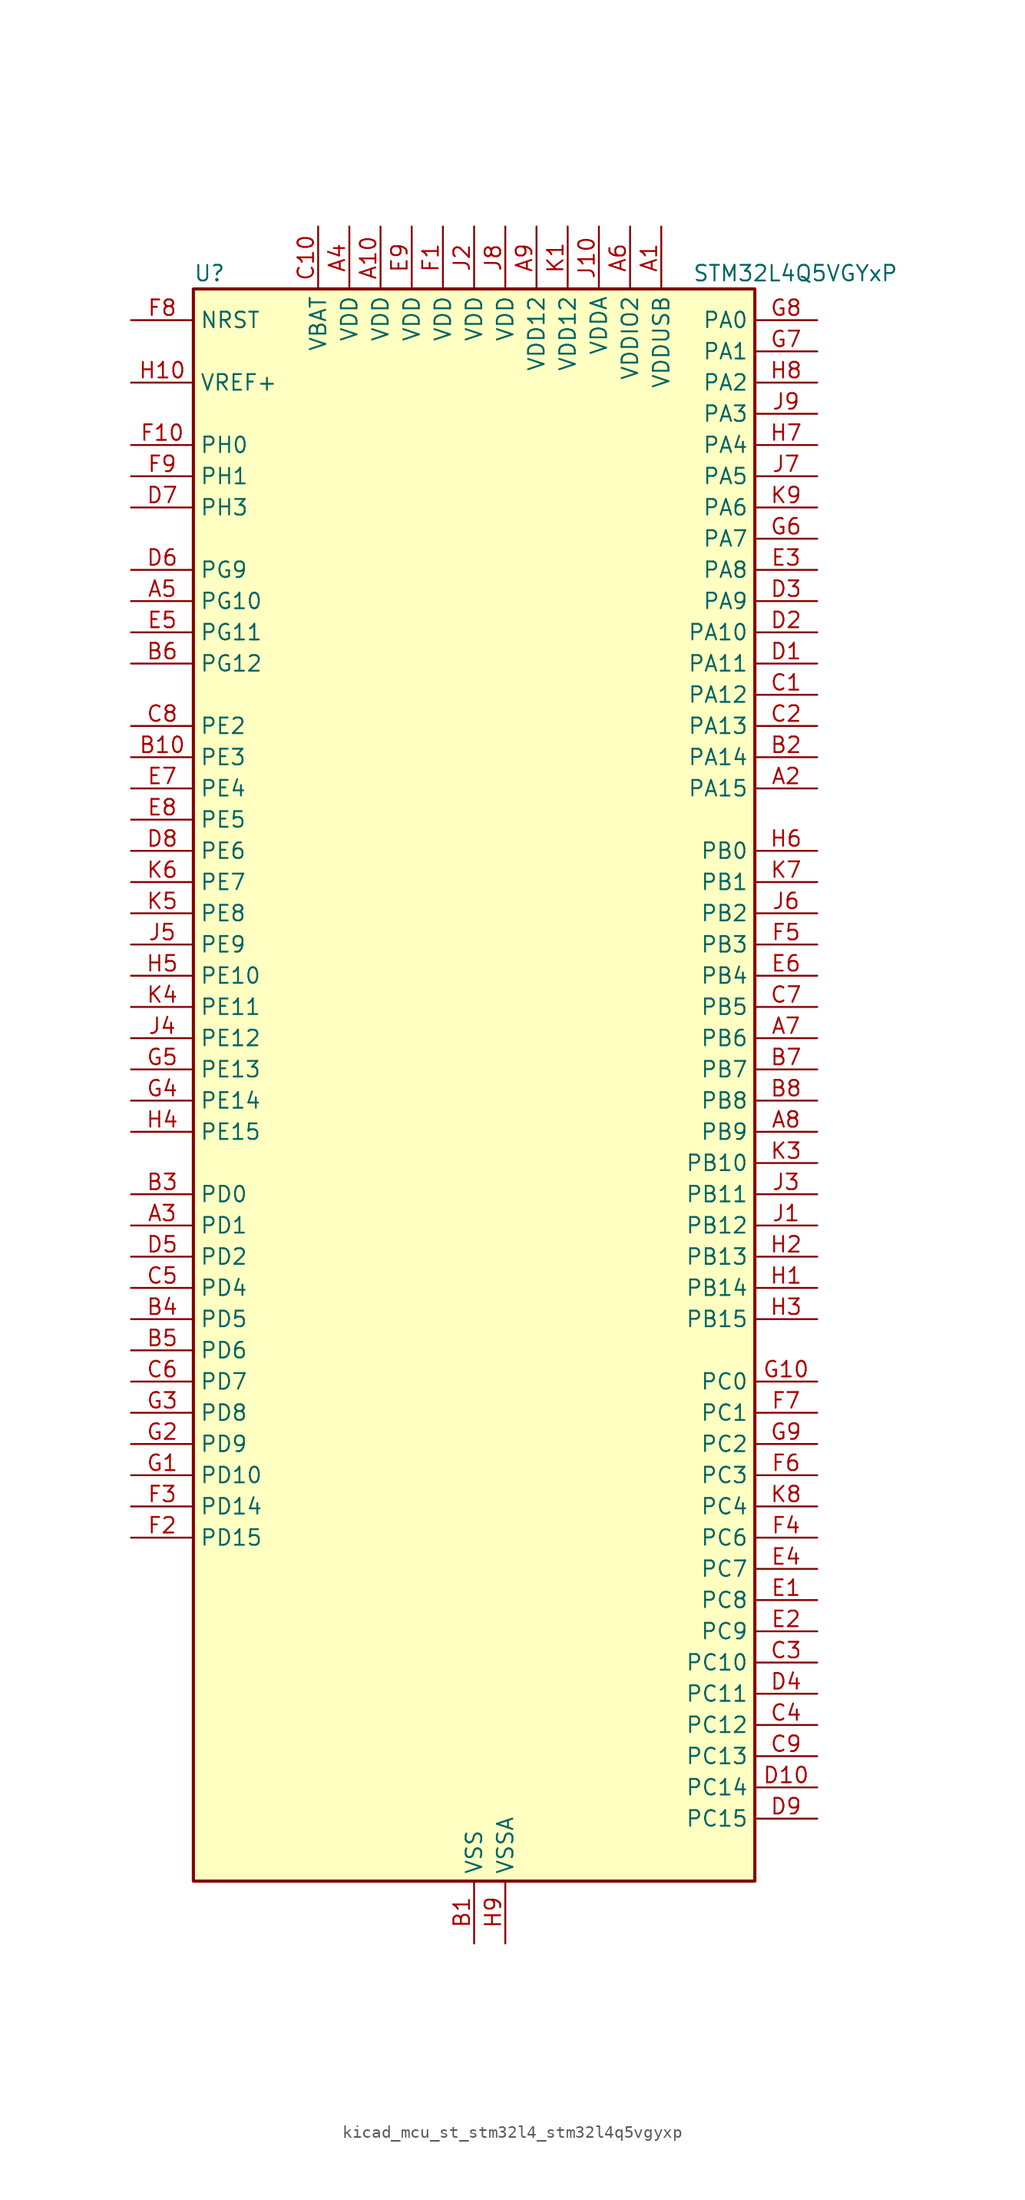
<source format=kicad_sym>
(kicad_symbol_lib
  (version 20220914)
  (generator kicad_symbol_editor)
  (symbol "kicad_mcu_st_stm32l4_stm32l4q5vgyxp"
    (property "Reference" "U"
      (at -22.86 67.31 0)
      (effects (font (size 1.27 1.27)) (justify left)))
    (property "Value" "STM32L4Q5VGYxP"
      (at 17.78 67.31 0)
      (effects (font (size 1.27 1.27)) (justify left)))
    (property "ki_locked" ""
      (at 0 0 0)
      (effects (font (size 1.27 1.27))))
    (symbol "kicad_mcu_st_stm32l4_stm32l4q5vgyxp_0_1"
      (rectangle (start -22.86 -63.5) (end 22.86 66.04) (stroke (width 0.254) (type default)) (fill (type background))))
    (symbol "kicad_mcu_st_stm32l4_stm32l4q5vgyxp_1_1"
      (pin power_in line (at 15.24 71.12 270) (length 5.08) (name "VDDUSB" (effects (font (size 1.27 1.27)))) (number "A1" (effects (font (size 1.27 1.27)))))
      (pin power_in line (at -7.62 71.12 270) (length 5.08) (name "VDD" (effects (font (size 1.27 1.27)))) (number "A10" (effects (font (size 1.27 1.27)))))
      (pin bidirectional line (at 27.94 25.4 180) (length 5.08) (name "PA15" (effects (font (size 1.27 1.27)))) (number "A2" (effects (font (size 1.27 1.27)))) (alternate "ADC1_EXTI15" bidirectional line) (alternate "ADC2_EXTI15" bidirectional line) (alternate "LTDC_HSYNC" bidirectional line) (alternate "SAI2_FS_B" bidirectional line) (alternate "SPI1_NSS" bidirectional line) (alternate "SPI3_NSS" bidirectional line) (alternate "SYS_JTDI" bidirectional line) (alternate "TIM2_CH1" bidirectional line) (alternate "TIM2_ETR" bidirectional line) (alternate "TSC_G3_IO1" bidirectional line) (alternate "UART4_DE" bidirectional line) (alternate "UART4_RTS" bidirectional line) (alternate "USART2_RX" bidirectional line) (alternate "USART3_DE" bidirectional line) (alternate "USART3_RTS" bidirectional line))
      (pin bidirectional line (at -27.94 -10.16 0) (length 5.08) (name "PD1" (effects (font (size 1.27 1.27)))) (number "A3" (effects (font (size 1.27 1.27)))) (alternate "CAN1_TX" bidirectional line) (alternate "FMC_D3" bidirectional line) (alternate "FMC_DA3" bidirectional line) (alternate "LTDC_B5" bidirectional line) (alternate "SPI2_SCK" bidirectional line))
      (pin power_in line (at -10.16 71.12 270) (length 5.08) (name "VDD" (effects (font (size 1.27 1.27)))) (number "A4" (effects (font (size 1.27 1.27)))))
      (pin bidirectional line (at -27.94 40.64 0) (length 5.08) (name "PG10" (effects (font (size 1.27 1.27)))) (number "A5" (effects (font (size 1.27 1.27)))) (alternate "FMC_NE3" bidirectional line) (alternate "LPTIM1_IN1" bidirectional line) (alternate "OCTOSPIM_P2_IO7" bidirectional line) (alternate "SAI2_FS_A" bidirectional line) (alternate "SDMMC2_D1" bidirectional line) (alternate "SPI3_MISO" bidirectional line) (alternate "TIM15_CH1" bidirectional line) (alternate "USART1_RX" bidirectional line))
      (pin power_in line (at 12.7 71.12 270) (length 5.08) (name "VDDIO2" (effects (font (size 1.27 1.27)))) (number "A6" (effects (font (size 1.27 1.27)))))
      (pin bidirectional line (at 27.94 5.08 180) (length 5.08) (name "PB6" (effects (font (size 1.27 1.27)))) (number "A7" (effects (font (size 1.27 1.27)))) (alternate "COMP2_INP" bidirectional line) (alternate "DCMI_D5" bidirectional line) (alternate "I2C1_SCL" bidirectional line) (alternate "I2C4_SCL" bidirectional line) (alternate "LPTIM1_ETR" bidirectional line) (alternate "LTDC_R6" bidirectional line) (alternate "PSSI_D5" bidirectional line) (alternate "SAI1_FS_B" bidirectional line) (alternate "TIM16_CH1N" bidirectional line) (alternate "TIM4_CH1" bidirectional line) (alternate "TIM8_BKIN2" bidirectional line) (alternate "TSC_G2_IO3" bidirectional line) (alternate "USART1_TX" bidirectional line))
      (pin bidirectional line (at 27.94 -2.54 180) (length 5.08) (name "PB9" (effects (font (size 1.27 1.27)))) (number "A8" (effects (font (size 1.27 1.27)))) (alternate "CAN1_TX" bidirectional line) (alternate "DAC1_EXTI9" bidirectional line) (alternate "DCMI_D7" bidirectional line) (alternate "I2C1_SDA" bidirectional line) (alternate "IR_OUT" bidirectional line) (alternate "PSSI_D7" bidirectional line) (alternate "SAI1_D2" bidirectional line) (alternate "SAI1_FS_A" bidirectional line) (alternate "SDMMC1_CDIR" bidirectional line) (alternate "SDMMC1_D5" bidirectional line) (alternate "SDMMC2_D5" bidirectional line) (alternate "SPI2_NSS" bidirectional line) (alternate "TIM17_CH1" bidirectional line) (alternate "TIM4_CH4" bidirectional line))
      (pin power_in line (at 5.08 71.12 270) (length 5.08) (name "VDD12" (effects (font (size 1.27 1.27)))) (number "A9" (effects (font (size 1.27 1.27)))))
      (pin power_in line (at 0 -68.58 90) (length 5.08) (name "VSS" (effects (font (size 1.27 1.27)))) (number "B1" (effects (font (size 1.27 1.27)))))
      (pin bidirectional line (at -27.94 27.94 0) (length 5.08) (name "PE3" (effects (font (size 1.27 1.27)))) (number "B10" (effects (font (size 1.27 1.27)))) (alternate "FMC_A19" bidirectional line) (alternate "LTDC_R6" bidirectional line) (alternate "OCTOSPIM_P1_DQS" bidirectional line) (alternate "SAI1_SD_B" bidirectional line) (alternate "SYS_TRACED0" bidirectional line) (alternate "TIM3_CH1" bidirectional line) (alternate "TSC_G7_IO2" bidirectional line))
      (pin bidirectional line (at 27.94 27.94 180) (length 5.08) (name "PA14" (effects (font (size 1.27 1.27)))) (number "B2" (effects (font (size 1.27 1.27)))) (alternate "I2C1_SMBA" bidirectional line) (alternate "I2C4_SMBA" bidirectional line) (alternate "LPTIM1_OUT" bidirectional line) (alternate "SAI1_FS_B" bidirectional line) (alternate "SYS_JTCK-SWCLK" bidirectional line) (alternate "USB_OTG_FS_SOF" bidirectional line))
      (pin bidirectional line (at -27.94 -7.62 0) (length 5.08) (name "PD0" (effects (font (size 1.27 1.27)))) (number "B3" (effects (font (size 1.27 1.27)))) (alternate "CAN1_RX" bidirectional line) (alternate "FMC_D2" bidirectional line) (alternate "FMC_DA2" bidirectional line) (alternate "LTDC_B4" bidirectional line) (alternate "SPI2_NSS" bidirectional line))
      (pin bidirectional line (at -27.94 -17.78 0) (length 5.08) (name "PD5" (effects (font (size 1.27 1.27)))) (number "B4" (effects (font (size 1.27 1.27)))) (alternate "FMC_NWE" bidirectional line) (alternate "OCTOSPIM_P1_IO5" bidirectional line) (alternate "USART2_TX" bidirectional line))
      (pin bidirectional line (at -27.94 -20.32 0) (length 5.08) (name "PD6" (effects (font (size 1.27 1.27)))) (number "B5" (effects (font (size 1.27 1.27)))) (alternate "DCMI_D10" bidirectional line) (alternate "DFSDM1_DATIN1" bidirectional line) (alternate "FMC_NWAIT" bidirectional line) (alternate "LTDC_DE" bidirectional line) (alternate "OCTOSPIM_P1_IO6" bidirectional line) (alternate "PSSI_D10" bidirectional line) (alternate "SAI1_D1" bidirectional line) (alternate "SAI1_SD_A" bidirectional line) (alternate "SDMMC2_CK" bidirectional line) (alternate "SPI3_MOSI" bidirectional line) (alternate "USART2_RX" bidirectional line))
      (pin bidirectional line (at -27.94 35.56 0) (length 5.08) (name "PG12" (effects (font (size 1.27 1.27)))) (number "B6" (effects (font (size 1.27 1.27)))) (alternate "FMC_NE4" bidirectional line) (alternate "LPTIM1_ETR" bidirectional line) (alternate "OCTOSPIM_P2_NCS" bidirectional line) (alternate "SAI2_SD_A" bidirectional line) (alternate "SDMMC2_D3" bidirectional line) (alternate "SPI3_NSS" bidirectional line) (alternate "USART1_DE" bidirectional line) (alternate "USART1_RTS" bidirectional line))
      (pin bidirectional line (at 27.94 2.54 180) (length 5.08) (name "PB7" (effects (font (size 1.27 1.27)))) (number "B7" (effects (font (size 1.27 1.27)))) (alternate "COMP2_INM" bidirectional line) (alternate "DCMI_VSYNC" bidirectional line) (alternate "FMC_NL" bidirectional line) (alternate "I2C1_SDA" bidirectional line) (alternate "I2C4_SDA" bidirectional line) (alternate "LPTIM1_IN2" bidirectional line) (alternate "LTDC_VSYNC" bidirectional line) (alternate "PSSI_RDY" bidirectional line) (alternate "SYS_PVD_IN" bidirectional line) (alternate "TIM17_CH1N" bidirectional line) (alternate "TIM4_CH2" bidirectional line) (alternate "TIM8_BKIN" bidirectional line) (alternate "TSC_G2_IO4" bidirectional line) (alternate "UART4_CTS" bidirectional line) (alternate "USART1_RX" bidirectional line))
      (pin bidirectional line (at 27.94 0 180) (length 5.08) (name "PB8" (effects (font (size 1.27 1.27)))) (number "B8" (effects (font (size 1.27 1.27)))) (alternate "CAN1_RX" bidirectional line) (alternate "DCMI_D6" bidirectional line) (alternate "DFSDM1_CKOUT" bidirectional line) (alternate "I2C1_SCL" bidirectional line) (alternate "LTDC_DE" bidirectional line) (alternate "PSSI_D6" bidirectional line) (alternate "SAI1_CK1" bidirectional line) (alternate "SAI1_MCLK_A" bidirectional line) (alternate "SDMMC1_CKIN" bidirectional line) (alternate "SDMMC1_D4" bidirectional line) (alternate "SDMMC2_D4" bidirectional line) (alternate "TIM16_CH1" bidirectional line) (alternate "TIM4_CH3" bidirectional line))
      (pin passive line (at 0 -68.58 90) (length 5.08) hide (name "VSS" (effects (font (size 1.27 1.27)))) (number "B9" (effects (font (size 1.27 1.27)))))
      (pin bidirectional line (at 27.94 33.02 180) (length 5.08) (name "PA12" (effects (font (size 1.27 1.27)))) (number "C1" (effects (font (size 1.27 1.27)))) (alternate "CAN1_TX" bidirectional line) (alternate "LTDC_VSYNC" bidirectional line) (alternate "OCTOSPIM_P2_NCS" bidirectional line) (alternate "SPI1_MOSI" bidirectional line) (alternate "TIM1_ETR" bidirectional line) (alternate "USART1_DE" bidirectional line) (alternate "USART1_RTS" bidirectional line) (alternate "USB_OTG_FS_DP" bidirectional line))
      (pin power_in line (at -12.7 71.12 270) (length 5.08) (name "VBAT" (effects (font (size 1.27 1.27)))) (number "C10" (effects (font (size 1.27 1.27)))))
      (pin bidirectional line (at 27.94 30.48 180) (length 5.08) (name "PA13" (effects (font (size 1.27 1.27)))) (number "C2" (effects (font (size 1.27 1.27)))) (alternate "IR_OUT" bidirectional line) (alternate "SAI1_SD_B" bidirectional line) (alternate "SYS_JTMS-SWDIO" bidirectional line) (alternate "USB_OTG_FS_NOE" bidirectional line))
      (pin bidirectional line (at 27.94 -45.72 180) (length 5.08) (name "PC10" (effects (font (size 1.27 1.27)))) (number "C3" (effects (font (size 1.27 1.27)))) (alternate "DCMI_D8" bidirectional line) (alternate "DCMI_VSYNC" bidirectional line) (alternate "PSSI_D8" bidirectional line) (alternate "PSSI_RDY" bidirectional line) (alternate "SAI2_SCK_B" bidirectional line) (alternate "SDMMC1_D2" bidirectional line) (alternate "SPI3_SCK" bidirectional line) (alternate "SYS_TRACED1" bidirectional line) (alternate "TSC_G3_IO2" bidirectional line) (alternate "UART4_TX" bidirectional line) (alternate "USART3_TX" bidirectional line))
      (pin bidirectional line (at 27.94 -50.8 180) (length 5.08) (name "PC12" (effects (font (size 1.27 1.27)))) (number "C4" (effects (font (size 1.27 1.27)))) (alternate "DCMI_D9" bidirectional line) (alternate "LTDC_R6" bidirectional line) (alternate "PSSI_D9" bidirectional line) (alternate "SAI2_SD_B" bidirectional line) (alternate "SDMMC1_CK" bidirectional line) (alternate "SPI3_MOSI" bidirectional line) (alternate "SYS_TRACED3" bidirectional line) (alternate "TSC_G3_IO4" bidirectional line) (alternate "UART5_TX" bidirectional line) (alternate "USART3_CK" bidirectional line))
      (pin bidirectional line (at -27.94 -15.24 0) (length 5.08) (name "PD4" (effects (font (size 1.27 1.27)))) (number "C5" (effects (font (size 1.27 1.27)))) (alternate "DFSDM1_CKIN0" bidirectional line) (alternate "FMC_NOE" bidirectional line) (alternate "OCTOSPIM_P1_IO4" bidirectional line) (alternate "SDMMC2_CKIN" bidirectional line) (alternate "SPI2_MOSI" bidirectional line) (alternate "USART2_DE" bidirectional line) (alternate "USART2_RTS" bidirectional line))
      (pin bidirectional line (at -27.94 -22.86 0) (length 5.08) (name "PD7" (effects (font (size 1.27 1.27)))) (number "C6" (effects (font (size 1.27 1.27)))) (alternate "DFSDM1_CKIN1" bidirectional line) (alternate "FMC_NCE" bidirectional line) (alternate "FMC_NE1" bidirectional line) (alternate "OCTOSPIM_P1_IO7" bidirectional line) (alternate "SDMMC2_CMD" bidirectional line) (alternate "USART2_CK" bidirectional line))
      (pin bidirectional line (at 27.94 7.62 180) (length 5.08) (name "PB5" (effects (font (size 1.27 1.27)))) (number "C7" (effects (font (size 1.27 1.27)))) (alternate "COMP2_OUT" bidirectional line) (alternate "DCMI_D10" bidirectional line) (alternate "I2C1_SMBA" bidirectional line) (alternate "LPTIM1_IN1" bidirectional line) (alternate "OCTOSPIM_P1_IO0" bidirectional line) (alternate "PSSI_D10" bidirectional line) (alternate "SAI1_SD_B" bidirectional line) (alternate "SPI1_MOSI" bidirectional line) (alternate "SPI3_MOSI" bidirectional line) (alternate "TIM16_BKIN" bidirectional line) (alternate "TIM3_CH2" bidirectional line) (alternate "TSC_G2_IO2" bidirectional line) (alternate "UART5_CTS" bidirectional line) (alternate "USART1_CK" bidirectional line))
      (pin bidirectional line (at -27.94 30.48 0) (length 5.08) (name "PE2" (effects (font (size 1.27 1.27)))) (number "C8" (effects (font (size 1.27 1.27)))) (alternate "FMC_A23" bidirectional line) (alternate "LTDC_R7" bidirectional line) (alternate "SAI1_CK1" bidirectional line) (alternate "SAI1_MCLK_A" bidirectional line) (alternate "SYS_TRACECLK" bidirectional line) (alternate "TIM3_ETR" bidirectional line) (alternate "TSC_G7_IO1" bidirectional line))
      (pin bidirectional line (at 27.94 -53.34 180) (length 5.08) (name "PC13" (effects (font (size 1.27 1.27)))) (number "C9" (effects (font (size 1.27 1.27)))) (alternate "RTC_OUT1" bidirectional line) (alternate "RTC_TAMP1" bidirectional line) (alternate "RTC_TS" bidirectional line) (alternate "SYS_WKUP2" bidirectional line))
      (pin bidirectional line (at 27.94 35.56 180) (length 5.08) (name "PA11" (effects (font (size 1.27 1.27)))) (number "D1" (effects (font (size 1.27 1.27)))) (alternate "ADC1_EXTI11" bidirectional line) (alternate "ADC2_EXTI11" bidirectional line) (alternate "CAN1_RX" bidirectional line) (alternate "LTDC_DE" bidirectional line) (alternate "SPI1_MISO" bidirectional line) (alternate "TIM1_BKIN2" bidirectional line) (alternate "TIM1_CH4" bidirectional line) (alternate "USART1_CTS" bidirectional line) (alternate "USART1_NSS" bidirectional line) (alternate "USB_OTG_FS_DM" bidirectional line))
      (pin bidirectional line (at 27.94 -55.88 180) (length 5.08) (name "PC14" (effects (font (size 1.27 1.27)))) (number "D10" (effects (font (size 1.27 1.27)))) (alternate "RCC_OSC32_IN" bidirectional line))
      (pin bidirectional line (at 27.94 38.1 180) (length 5.08) (name "PA10" (effects (font (size 1.27 1.27)))) (number "D2" (effects (font (size 1.27 1.27)))) (alternate "DCMI_D1" bidirectional line) (alternate "LTDC_G6" bidirectional line) (alternate "PSSI_D1" bidirectional line) (alternate "SAI1_D1" bidirectional line) (alternate "SAI1_SD_A" bidirectional line) (alternate "TIM17_BKIN" bidirectional line) (alternate "TIM1_CH3" bidirectional line) (alternate "USART1_RX" bidirectional line) (alternate "USB_OTG_FS_ID" bidirectional line))
      (pin bidirectional line (at 27.94 40.64 180) (length 5.08) (name "PA9" (effects (font (size 1.27 1.27)))) (number "D3" (effects (font (size 1.27 1.27)))) (alternate "DAC1_EXTI9" bidirectional line) (alternate "DCMI_D0" bidirectional line) (alternate "LTDC_G7" bidirectional line) (alternate "PSSI_D0" bidirectional line) (alternate "SAI1_FS_A" bidirectional line) (alternate "SPI2_SCK" bidirectional line) (alternate "TIM15_BKIN" bidirectional line) (alternate "TIM1_CH2" bidirectional line) (alternate "USART1_TX" bidirectional line) (alternate "USB_OTG_FS_VBUS" bidirectional line))
      (pin bidirectional line (at 27.94 -48.26 180) (length 5.08) (name "PC11" (effects (font (size 1.27 1.27)))) (number "D4" (effects (font (size 1.27 1.27)))) (alternate "ADC1_EXTI11" bidirectional line) (alternate "ADC2_EXTI11" bidirectional line) (alternate "DCMI_D2" bidirectional line) (alternate "DCMI_D4" bidirectional line) (alternate "OCTOSPIM_P1_NCS" bidirectional line) (alternate "PSSI_D2" bidirectional line) (alternate "PSSI_D4" bidirectional line) (alternate "SAI2_MCLK_B" bidirectional line) (alternate "SDMMC1_D3" bidirectional line) (alternate "SPI3_MISO" bidirectional line) (alternate "TSC_G3_IO3" bidirectional line) (alternate "UART4_RX" bidirectional line) (alternate "USART3_RX" bidirectional line))
      (pin bidirectional line (at -27.94 -12.7 0) (length 5.08) (name "PD2" (effects (font (size 1.27 1.27)))) (number "D5" (effects (font (size 1.27 1.27)))) (alternate "DCMI_D11" bidirectional line) (alternate "PSSI_D11" bidirectional line) (alternate "SDMMC1_CMD" bidirectional line) (alternate "SYS_TRACED2" bidirectional line) (alternate "TIM3_ETR" bidirectional line) (alternate "TSC_SYNC" bidirectional line) (alternate "UART5_RX" bidirectional line) (alternate "USART3_DE" bidirectional line) (alternate "USART3_RTS" bidirectional line))
      (pin bidirectional line (at -27.94 43.18 0) (length 5.08) (name "PG9" (effects (font (size 1.27 1.27)))) (number "D6" (effects (font (size 1.27 1.27)))) (alternate "DAC1_EXTI9" bidirectional line) (alternate "FMC_NCE" bidirectional line) (alternate "FMC_NE2" bidirectional line) (alternate "OCTOSPIM_P2_IO6" bidirectional line) (alternate "SAI2_SCK_A" bidirectional line) (alternate "SDMMC2_D0" bidirectional line) (alternate "SPI3_SCK" bidirectional line) (alternate "TIM15_CH1N" bidirectional line) (alternate "USART1_TX" bidirectional line))
      (pin bidirectional line (at -27.94 48.26 0) (length 5.08) (name "PH3" (effects (font (size 1.27 1.27)))) (number "D7" (effects (font (size 1.27 1.27)))))
      (pin bidirectional line (at -27.94 20.32 0) (length 5.08) (name "PE6" (effects (font (size 1.27 1.27)))) (number "D8" (effects (font (size 1.27 1.27)))) (alternate "DCMI_D7" bidirectional line) (alternate "FMC_A22" bidirectional line) (alternate "LTDC_G6" bidirectional line) (alternate "PSSI_D7" bidirectional line) (alternate "RTC_TAMP3" bidirectional line) (alternate "SAI1_D1" bidirectional line) (alternate "SAI1_SD_A" bidirectional line) (alternate "SYS_TRACED3" bidirectional line) (alternate "SYS_WKUP3" bidirectional line) (alternate "TIM3_CH4" bidirectional line))
      (pin bidirectional line (at 27.94 -58.42 180) (length 5.08) (name "PC15" (effects (font (size 1.27 1.27)))) (number "D9" (effects (font (size 1.27 1.27)))) (alternate "ADC1_EXTI15" bidirectional line) (alternate "ADC2_EXTI15" bidirectional line) (alternate "RCC_OSC32_OUT" bidirectional line))
      (pin bidirectional line (at 27.94 -40.64 180) (length 5.08) (name "PC8" (effects (font (size 1.27 1.27)))) (number "E1" (effects (font (size 1.27 1.27)))) (alternate "DCMI_D2" bidirectional line) (alternate "PSSI_D2" bidirectional line) (alternate "SDMMC1_D0" bidirectional line) (alternate "TIM3_CH3" bidirectional line) (alternate "TIM8_CH3" bidirectional line) (alternate "TSC_G4_IO3" bidirectional line))
      (pin passive line (at 0 -68.58 90) (length 5.08) hide (name "VSS" (effects (font (size 1.27 1.27)))) (number "E10" (effects (font (size 1.27 1.27)))))
      (pin bidirectional line (at 27.94 -43.18 180) (length 5.08) (name "PC9" (effects (font (size 1.27 1.27)))) (number "E2" (effects (font (size 1.27 1.27)))) (alternate "DAC1_EXTI9" bidirectional line) (alternate "DCMI_D3" bidirectional line) (alternate "I2C3_SDA" bidirectional line) (alternate "PSSI_D3" bidirectional line) (alternate "SAI2_EXTCLK" bidirectional line) (alternate "SDMMC1_D1" bidirectional line) (alternate "SYS_TRACED0" bidirectional line) (alternate "TIM3_CH4" bidirectional line) (alternate "TIM8_BKIN2" bidirectional line) (alternate "TIM8_CH4" bidirectional line) (alternate "TSC_G4_IO4" bidirectional line) (alternate "USB_OTG_FS_NOE" bidirectional line))
      (pin bidirectional line (at 27.94 43.18 180) (length 5.08) (name "PA8" (effects (font (size 1.27 1.27)))) (number "E3" (effects (font (size 1.27 1.27)))) (alternate "LPTIM2_OUT" bidirectional line) (alternate "LTDC_B7" bidirectional line) (alternate "RCC_MCO" bidirectional line) (alternate "SAI1_CK2" bidirectional line) (alternate "SAI1_SCK_A" bidirectional line) (alternate "TIM1_CH1" bidirectional line) (alternate "USART1_CK" bidirectional line) (alternate "USB_OTG_FS_SOF" bidirectional line))
      (pin bidirectional line (at 27.94 -38.1 180) (length 5.08) (name "PC7" (effects (font (size 1.27 1.27)))) (number "E4" (effects (font (size 1.27 1.27)))) (alternate "DCMI_D1" bidirectional line) (alternate "DFSDM1_DATIN3" bidirectional line) (alternate "LTDC_B6" bidirectional line) (alternate "PSSI_D1" bidirectional line) (alternate "SAI2_MCLK_B" bidirectional line) (alternate "SDMMC1_D123DIR" bidirectional line) (alternate "SDMMC1_D7" bidirectional line) (alternate "SDMMC2_D7" bidirectional line) (alternate "TIM3_CH2" bidirectional line) (alternate "TIM8_CH2" bidirectional line) (alternate "TSC_G4_IO2" bidirectional line))
      (pin bidirectional line (at -27.94 38.1 0) (length 5.08) (name "PG11" (effects (font (size 1.27 1.27)))) (number "E5" (effects (font (size 1.27 1.27)))) (alternate "ADC1_EXTI11" bidirectional line) (alternate "ADC2_EXTI11" bidirectional line) (alternate "LPTIM1_IN2" bidirectional line) (alternate "OCTOSPIM_P1_IO5" bidirectional line) (alternate "SAI2_MCLK_A" bidirectional line) (alternate "SDMMC2_D2" bidirectional line) (alternate "SPI3_MOSI" bidirectional line) (alternate "TIM15_CH2" bidirectional line) (alternate "USART1_CTS" bidirectional line) (alternate "USART1_NSS" bidirectional line))
      (pin bidirectional line (at 27.94 10.16 180) (length 5.08) (name "PB4" (effects (font (size 1.27 1.27)))) (number "E6" (effects (font (size 1.27 1.27)))) (alternate "COMP2_INP" bidirectional line) (alternate "DCMI_D12" bidirectional line) (alternate "I2C3_SDA" bidirectional line) (alternate "OCTOSPIM_P1_IO5" bidirectional line) (alternate "PSSI_D12" bidirectional line) (alternate "SAI1_MCLK_B" bidirectional line) (alternate "SDMMC2_D3" bidirectional line) (alternate "SPI1_MISO" bidirectional line) (alternate "SPI3_MISO" bidirectional line) (alternate "SYS_JTRST" bidirectional line) (alternate "TIM17_BKIN" bidirectional line) (alternate "TIM3_CH1" bidirectional line) (alternate "TSC_G2_IO1" bidirectional line) (alternate "UART5_DE" bidirectional line) (alternate "UART5_RTS" bidirectional line) (alternate "USART1_CTS" bidirectional line) (alternate "USART1_NSS" bidirectional line))
      (pin bidirectional line (at -27.94 25.4 0) (length 5.08) (name "PE4" (effects (font (size 1.27 1.27)))) (number "E7" (effects (font (size 1.27 1.27)))) (alternate "DCMI_D4" bidirectional line) (alternate "DFSDM1_DATIN3" bidirectional line) (alternate "FMC_A20" bidirectional line) (alternate "LTDC_B7" bidirectional line) (alternate "PSSI_D4" bidirectional line) (alternate "SAI1_D2" bidirectional line) (alternate "SAI1_FS_A" bidirectional line) (alternate "SYS_TRACED1" bidirectional line) (alternate "TIM3_CH2" bidirectional line) (alternate "TSC_G7_IO3" bidirectional line))
      (pin bidirectional line (at -27.94 22.86 0) (length 5.08) (name "PE5" (effects (font (size 1.27 1.27)))) (number "E8" (effects (font (size 1.27 1.27)))) (alternate "DCMI_D6" bidirectional line) (alternate "DFSDM1_CKIN3" bidirectional line) (alternate "FMC_A21" bidirectional line) (alternate "LTDC_G7" bidirectional line) (alternate "PSSI_D6" bidirectional line) (alternate "SAI1_CK2" bidirectional line) (alternate "SAI1_SCK_A" bidirectional line) (alternate "SYS_TRACED2" bidirectional line) (alternate "TIM3_CH3" bidirectional line) (alternate "TSC_G7_IO4" bidirectional line))
      (pin power_in line (at -5.08 71.12 270) (length 5.08) (name "VDD" (effects (font (size 1.27 1.27)))) (number "E9" (effects (font (size 1.27 1.27)))))
      (pin power_in line (at -2.54 71.12 270) (length 5.08) (name "VDD" (effects (font (size 1.27 1.27)))) (number "F1" (effects (font (size 1.27 1.27)))))
      (pin bidirectional line (at -27.94 53.34 0) (length 5.08) (name "PH0" (effects (font (size 1.27 1.27)))) (number "F10" (effects (font (size 1.27 1.27)))) (alternate "RCC_OSC_IN" bidirectional line))
      (pin bidirectional line (at -27.94 -35.56 0) (length 5.08) (name "PD15" (effects (font (size 1.27 1.27)))) (number "F2" (effects (font (size 1.27 1.27)))) (alternate "ADC1_EXTI15" bidirectional line) (alternate "ADC2_EXTI15" bidirectional line) (alternate "FMC_D1" bidirectional line) (alternate "FMC_DA1" bidirectional line) (alternate "LTDC_B3" bidirectional line) (alternate "TIM4_CH4" bidirectional line))
      (pin bidirectional line (at -27.94 -33.02 0) (length 5.08) (name "PD14" (effects (font (size 1.27 1.27)))) (number "F3" (effects (font (size 1.27 1.27)))) (alternate "FMC_D0" bidirectional line) (alternate "FMC_DA0" bidirectional line) (alternate "LTDC_B2" bidirectional line) (alternate "TIM4_CH3" bidirectional line))
      (pin bidirectional line (at 27.94 -35.56 180) (length 5.08) (name "PC6" (effects (font (size 1.27 1.27)))) (number "F4" (effects (font (size 1.27 1.27)))) (alternate "DCMI_D0" bidirectional line) (alternate "DFSDM1_CKIN3" bidirectional line) (alternate "LTDC_G7" bidirectional line) (alternate "PSSI_D0" bidirectional line) (alternate "SAI2_MCLK_A" bidirectional line) (alternate "SDMMC1_D0DIR" bidirectional line) (alternate "SDMMC1_D6" bidirectional line) (alternate "SDMMC2_D6" bidirectional line) (alternate "TIM3_CH1" bidirectional line) (alternate "TIM8_CH1" bidirectional line) (alternate "TSC_G4_IO1" bidirectional line))
      (pin bidirectional line (at 27.94 12.7 180) (length 5.08) (name "PB3" (effects (font (size 1.27 1.27)))) (number "F5" (effects (font (size 1.27 1.27)))) (alternate "COMP2_INM" bidirectional line) (alternate "CRS_SYNC" bidirectional line) (alternate "OCTOSPIM_P1_IO4" bidirectional line) (alternate "SAI1_SCK_B" bidirectional line) (alternate "SDMMC2_D2" bidirectional line) (alternate "SPI1_SCK" bidirectional line) (alternate "SPI3_SCK" bidirectional line) (alternate "SYS_JTDO-SWO" bidirectional line) (alternate "TIM2_CH2" bidirectional line) (alternate "USART1_DE" bidirectional line) (alternate "USART1_RTS" bidirectional line))
      (pin bidirectional line (at 27.94 -30.48 180) (length 5.08) (name "PC3" (effects (font (size 1.27 1.27)))) (number "F6" (effects (font (size 1.27 1.27)))) (alternate "ADC1_IN4" bidirectional line) (alternate "ADC2_IN4" bidirectional line) (alternate "LPTIM1_ETR" bidirectional line) (alternate "LPTIM2_ETR" bidirectional line) (alternate "OCTOSPIM_P1_IO6" bidirectional line) (alternate "SAI1_D1" bidirectional line) (alternate "SAI1_SD_A" bidirectional line) (alternate "SPI2_MOSI" bidirectional line))
      (pin bidirectional line (at 27.94 -25.4 180) (length 5.08) (name "PC1" (effects (font (size 1.27 1.27)))) (number "F7" (effects (font (size 1.27 1.27)))) (alternate "ADC1_IN2" bidirectional line) (alternate "ADC2_IN2" bidirectional line) (alternate "I2C3_SDA" bidirectional line) (alternate "LPTIM1_OUT" bidirectional line) (alternate "LPUART1_TX" bidirectional line) (alternate "OCTOSPIM_P1_IO4" bidirectional line) (alternate "SAI1_SD_A" bidirectional line) (alternate "SPI2_MOSI" bidirectional line) (alternate "SYS_TRACED0" bidirectional line))
      (pin input line (at -27.94 63.5 0) (length 5.08) (name "NRST" (effects (font (size 1.27 1.27)))) (number "F8" (effects (font (size 1.27 1.27)))))
      (pin bidirectional line (at -27.94 50.8 0) (length 5.08) (name "PH1" (effects (font (size 1.27 1.27)))) (number "F9" (effects (font (size 1.27 1.27)))) (alternate "RCC_OSC_OUT" bidirectional line))
      (pin bidirectional line (at -27.94 -30.48 0) (length 5.08) (name "PD10" (effects (font (size 1.27 1.27)))) (number "G1" (effects (font (size 1.27 1.27)))) (alternate "FMC_D15" bidirectional line) (alternate "FMC_DA15" bidirectional line) (alternate "LTDC_R5" bidirectional line) (alternate "SAI2_SCK_A" bidirectional line) (alternate "TSC_G6_IO1" bidirectional line) (alternate "USART3_CK" bidirectional line))
      (pin bidirectional line (at 27.94 -22.86 180) (length 5.08) (name "PC0" (effects (font (size 1.27 1.27)))) (number "G10" (effects (font (size 1.27 1.27)))) (alternate "ADC1_IN1" bidirectional line) (alternate "ADC2_IN1" bidirectional line) (alternate "I2C3_SCL" bidirectional line) (alternate "LPTIM1_IN1" bidirectional line) (alternate "LPTIM2_IN1" bidirectional line) (alternate "LPUART1_RX" bidirectional line) (alternate "LTDC_DE" bidirectional line) (alternate "SAI2_FS_A" bidirectional line) (alternate "SDMMC1_CMD" bidirectional line) (alternate "SDMMC2_CKIN" bidirectional line))
      (pin bidirectional line (at -27.94 -27.94 0) (length 5.08) (name "PD9" (effects (font (size 1.27 1.27)))) (number "G2" (effects (font (size 1.27 1.27)))) (alternate "DAC1_EXTI9" bidirectional line) (alternate "DCMI_PIXCLK" bidirectional line) (alternate "FMC_D14" bidirectional line) (alternate "FMC_DA14" bidirectional line) (alternate "LTDC_R4" bidirectional line) (alternate "PSSI_PDCK" bidirectional line) (alternate "SAI2_MCLK_A" bidirectional line) (alternate "USART3_RX" bidirectional line))
      (pin bidirectional line (at -27.94 -25.4 0) (length 5.08) (name "PD8" (effects (font (size 1.27 1.27)))) (number "G3" (effects (font (size 1.27 1.27)))) (alternate "DCMI_HSYNC" bidirectional line) (alternate "FMC_D13" bidirectional line) (alternate "FMC_DA13" bidirectional line) (alternate "LTDC_R3" bidirectional line) (alternate "PSSI_DE" bidirectional line) (alternate "USART3_TX" bidirectional line))
      (pin bidirectional line (at -27.94 0 0) (length 5.08) (name "PE14" (effects (font (size 1.27 1.27)))) (number "G4" (effects (font (size 1.27 1.27)))) (alternate "FMC_D11" bidirectional line) (alternate "FMC_DA11" bidirectional line) (alternate "LTDC_G7" bidirectional line) (alternate "OCTOSPIM_P1_IO2" bidirectional line) (alternate "SPI1_MISO" bidirectional line) (alternate "TIM1_BKIN2" bidirectional line) (alternate "TIM1_CH4" bidirectional line))
      (pin bidirectional line (at -27.94 2.54 0) (length 5.08) (name "PE13" (effects (font (size 1.27 1.27)))) (number "G5" (effects (font (size 1.27 1.27)))) (alternate "FMC_D10" bidirectional line) (alternate "FMC_DA10" bidirectional line) (alternate "LTDC_G6" bidirectional line) (alternate "OCTOSPIM_P1_IO1" bidirectional line) (alternate "SPI1_SCK" bidirectional line) (alternate "TIM1_CH3" bidirectional line) (alternate "TSC_G5_IO4" bidirectional line))
      (pin bidirectional line (at 27.94 45.72 180) (length 5.08) (name "PA7" (effects (font (size 1.27 1.27)))) (number "G6" (effects (font (size 1.27 1.27)))) (alternate "ADC1_IN12" bidirectional line) (alternate "ADC2_IN12" bidirectional line) (alternate "I2C3_SCL" bidirectional line) (alternate "OCTOSPIM_P1_IO2" bidirectional line) (alternate "OPAMP2_VINM" bidirectional line) (alternate "SPI1_MOSI" bidirectional line) (alternate "TIM17_CH1" bidirectional line) (alternate "TIM1_CH1N" bidirectional line) (alternate "TIM3_CH2" bidirectional line) (alternate "TIM8_CH1N" bidirectional line))
      (pin bidirectional line (at 27.94 60.96 180) (length 5.08) (name "PA1" (effects (font (size 1.27 1.27)))) (number "G7" (effects (font (size 1.27 1.27)))) (alternate "ADC1_IN6" bidirectional line) (alternate "ADC2_IN6" bidirectional line) (alternate "I2C1_SMBA" bidirectional line) (alternate "OCTOSPIM_P1_DQS" bidirectional line) (alternate "OPAMP1_VINM" bidirectional line) (alternate "SDMMC2_CMD" bidirectional line) (alternate "SPI1_SCK" bidirectional line) (alternate "TIM15_CH1N" bidirectional line) (alternate "TIM2_CH2" bidirectional line) (alternate "TIM5_CH2" bidirectional line) (alternate "UART4_RX" bidirectional line) (alternate "USART2_DE" bidirectional line) (alternate "USART2_RTS" bidirectional line))
      (pin bidirectional line (at 27.94 63.5 180) (length 5.08) (name "PA0" (effects (font (size 1.27 1.27)))) (number "G8" (effects (font (size 1.27 1.27)))) (alternate "ADC1_IN5" bidirectional line) (alternate "ADC2_IN5" bidirectional line) (alternate "OPAMP1_VINP" bidirectional line) (alternate "RTC_TAMP2" bidirectional line) (alternate "SAI1_EXTCLK" bidirectional line) (alternate "SYS_WKUP1" bidirectional line) (alternate "TIM2_CH1" bidirectional line) (alternate "TIM2_ETR" bidirectional line) (alternate "TIM5_CH1" bidirectional line) (alternate "TIM8_ETR" bidirectional line) (alternate "UART4_TX" bidirectional line) (alternate "USART2_CTS" bidirectional line) (alternate "USART2_NSS" bidirectional line))
      (pin bidirectional line (at 27.94 -27.94 180) (length 5.08) (name "PC2" (effects (font (size 1.27 1.27)))) (number "G9" (effects (font (size 1.27 1.27)))) (alternate "ADC1_IN3" bidirectional line) (alternate "ADC2_IN3" bidirectional line) (alternate "DFSDM1_CKOUT" bidirectional line) (alternate "LPTIM1_IN2" bidirectional line) (alternate "LTDC_HSYNC" bidirectional line) (alternate "OCTOSPIM_P1_IO5" bidirectional line) (alternate "SPI2_MISO" bidirectional line))
      (pin bidirectional line (at 27.94 -15.24 180) (length 5.08) (name "PB14" (effects (font (size 1.27 1.27)))) (number "H1" (effects (font (size 1.27 1.27)))) (alternate "DFSDM1_DATIN2" bidirectional line) (alternate "I2C2_SDA" bidirectional line) (alternate "OCTOSPIM_P1_IO6" bidirectional line) (alternate "SAI2_MCLK_A" bidirectional line) (alternate "SDMMC2_D0" bidirectional line) (alternate "SPI2_MISO" bidirectional line) (alternate "TIM15_CH1" bidirectional line) (alternate "TIM1_CH2N" bidirectional line) (alternate "TIM8_CH2N" bidirectional line) (alternate "TSC_G1_IO3" bidirectional line) (alternate "USART3_DE" bidirectional line) (alternate "USART3_RTS" bidirectional line))
      (pin input line (at -27.94 58.42 0) (length 5.08) (name "VREF+" (effects (font (size 1.27 1.27)))) (number "H10" (effects (font (size 1.27 1.27)))) (alternate "VREFBUF_OUT" bidirectional line))
      (pin bidirectional line (at 27.94 -12.7 180) (length 5.08) (name "PB13" (effects (font (size 1.27 1.27)))) (number "H2" (effects (font (size 1.27 1.27)))) (alternate "DFSDM1_CKIN1" bidirectional line) (alternate "I2C2_SCL" bidirectional line) (alternate "LPUART1_CTS" bidirectional line) (alternate "OCTOSPIM_P1_IO1" bidirectional line) (alternate "SAI2_SCK_A" bidirectional line) (alternate "SPI2_SCK" bidirectional line) (alternate "TIM15_CH1N" bidirectional line) (alternate "TIM1_CH1N" bidirectional line) (alternate "TSC_G1_IO2" bidirectional line) (alternate "USART3_CTS" bidirectional line) (alternate "USART3_NSS" bidirectional line))
      (pin bidirectional line (at 27.94 -17.78 180) (length 5.08) (name "PB15" (effects (font (size 1.27 1.27)))) (number "H3" (effects (font (size 1.27 1.27)))) (alternate "ADC1_EXTI15" bidirectional line) (alternate "ADC2_EXTI15" bidirectional line) (alternate "DFSDM1_CKIN2" bidirectional line) (alternate "OCTOSPIM_P1_IO7" bidirectional line) (alternate "RTC_REFIN" bidirectional line) (alternate "SAI2_SD_A" bidirectional line) (alternate "SDMMC2_D1" bidirectional line) (alternate "SPI2_MOSI" bidirectional line) (alternate "TIM15_CH2" bidirectional line) (alternate "TIM1_CH3N" bidirectional line) (alternate "TIM8_CH3N" bidirectional line) (alternate "TSC_G1_IO4" bidirectional line))
      (pin bidirectional line (at -27.94 -2.54 0) (length 5.08) (name "PE15" (effects (font (size 1.27 1.27)))) (number "H4" (effects (font (size 1.27 1.27)))) (alternate "ADC1_EXTI15" bidirectional line) (alternate "ADC2_EXTI15" bidirectional line) (alternate "FMC_D12" bidirectional line) (alternate "FMC_DA12" bidirectional line) (alternate "LTDC_R2" bidirectional line) (alternate "OCTOSPIM_P1_IO3" bidirectional line) (alternate "SPI1_MOSI" bidirectional line) (alternate "TIM1_BKIN" bidirectional line))
      (pin bidirectional line (at -27.94 10.16 0) (length 5.08) (name "PE10" (effects (font (size 1.27 1.27)))) (number "H5" (effects (font (size 1.27 1.27)))) (alternate "FMC_D7" bidirectional line) (alternate "FMC_DA7" bidirectional line) (alternate "LTDC_G3" bidirectional line) (alternate "OCTOSPIM_P1_CLK" bidirectional line) (alternate "SAI1_MCLK_B" bidirectional line) (alternate "TIM1_CH2N" bidirectional line) (alternate "TSC_G5_IO1" bidirectional line))
      (pin bidirectional line (at 27.94 20.32 180) (length 5.08) (name "PB0" (effects (font (size 1.27 1.27)))) (number "H6" (effects (font (size 1.27 1.27)))) (alternate "ADC1_IN15" bidirectional line) (alternate "ADC2_IN15" bidirectional line) (alternate "COMP1_OUT" bidirectional line) (alternate "LTDC_B6" bidirectional line) (alternate "OCTOSPIM_P1_IO1" bidirectional line) (alternate "OPAMP2_VOUT" bidirectional line) (alternate "SAI1_EXTCLK" bidirectional line) (alternate "SPI1_NSS" bidirectional line) (alternate "TIM1_CH2N" bidirectional line) (alternate "TIM3_CH3" bidirectional line) (alternate "TIM8_CH2N" bidirectional line) (alternate "USART3_CK" bidirectional line))
      (pin bidirectional line (at 27.94 53.34 180) (length 5.08) (name "PA4" (effects (font (size 1.27 1.27)))) (number "H7" (effects (font (size 1.27 1.27)))) (alternate "ADC1_IN9" bidirectional line) (alternate "ADC2_IN9" bidirectional line) (alternate "DAC1_OUT1" bidirectional line) (alternate "DCMI_HSYNC" bidirectional line) (alternate "LPTIM2_OUT" bidirectional line) (alternate "LTDC_CLK" bidirectional line) (alternate "OCTOSPIM_P1_NCS" bidirectional line) (alternate "PSSI_DE" bidirectional line) (alternate "SAI1_FS_B" bidirectional line) (alternate "SPI1_NSS" bidirectional line) (alternate "SPI3_NSS" bidirectional line) (alternate "USART2_CK" bidirectional line))
      (pin bidirectional line (at 27.94 58.42 180) (length 5.08) (name "PA2" (effects (font (size 1.27 1.27)))) (number "H8" (effects (font (size 1.27 1.27)))) (alternate "ADC1_IN7" bidirectional line) (alternate "ADC2_IN7" bidirectional line) (alternate "LPUART1_TX" bidirectional line) (alternate "OCTOSPIM_P1_NCS" bidirectional line) (alternate "RCC_LSCO" bidirectional line) (alternate "SAI2_EXTCLK" bidirectional line) (alternate "SYS_WKUP4" bidirectional line) (alternate "TIM15_CH1" bidirectional line) (alternate "TIM2_CH3" bidirectional line) (alternate "TIM5_CH3" bidirectional line) (alternate "USART2_TX" bidirectional line))
      (pin power_in line (at 2.54 -68.58 90) (length 5.08) (name "VSSA" (effects (font (size 1.27 1.27)))) (number "H9" (effects (font (size 1.27 1.27)))))
      (pin bidirectional line (at 27.94 -10.16 180) (length 5.08) (name "PB12" (effects (font (size 1.27 1.27)))) (number "J1" (effects (font (size 1.27 1.27)))) (alternate "DFSDM1_DATIN1" bidirectional line) (alternate "I2C2_SMBA" bidirectional line) (alternate "LPUART1_DE" bidirectional line) (alternate "LPUART1_RTS" bidirectional line) (alternate "OCTOSPIM_P1_NCLK" bidirectional line) (alternate "SAI2_FS_A" bidirectional line) (alternate "SDMMC2_CK" bidirectional line) (alternate "SPI2_NSS" bidirectional line) (alternate "TIM15_BKIN" bidirectional line) (alternate "TIM1_BKIN" bidirectional line) (alternate "TSC_G1_IO1" bidirectional line) (alternate "USART3_CK" bidirectional line))
      (pin power_in line (at 10.16 71.12 270) (length 5.08) (name "VDDA" (effects (font (size 1.27 1.27)))) (number "J10" (effects (font (size 1.27 1.27)))))
      (pin power_in line (at 0 71.12 270) (length 5.08) (name "VDD" (effects (font (size 1.27 1.27)))) (number "J2" (effects (font (size 1.27 1.27)))))
      (pin bidirectional line (at 27.94 -7.62 180) (length 5.08) (name "PB11" (effects (font (size 1.27 1.27)))) (number "J3" (effects (font (size 1.27 1.27)))) (alternate "ADC1_EXTI11" bidirectional line) (alternate "ADC2_EXTI11" bidirectional line) (alternate "COMP2_OUT" bidirectional line) (alternate "I2C2_SDA" bidirectional line) (alternate "I2C4_SDA" bidirectional line) (alternate "LPUART1_TX" bidirectional line) (alternate "LTDC_VSYNC" bidirectional line) (alternate "OCTOSPIM_P1_NCS" bidirectional line) (alternate "TIM2_CH4" bidirectional line) (alternate "USART3_RX" bidirectional line))
      (pin bidirectional line (at -27.94 5.08 0) (length 5.08) (name "PE12" (effects (font (size 1.27 1.27)))) (number "J4" (effects (font (size 1.27 1.27)))) (alternate "FMC_D9" bidirectional line) (alternate "FMC_DA9" bidirectional line) (alternate "LTDC_G5" bidirectional line) (alternate "OCTOSPIM_P1_IO0" bidirectional line) (alternate "SPI1_NSS" bidirectional line) (alternate "TIM1_CH3N" bidirectional line) (alternate "TSC_G5_IO3" bidirectional line))
      (pin bidirectional line (at -27.94 12.7 0) (length 5.08) (name "PE9" (effects (font (size 1.27 1.27)))) (number "J5" (effects (font (size 1.27 1.27)))) (alternate "DAC1_EXTI9" bidirectional line) (alternate "DFSDM1_CKOUT" bidirectional line) (alternate "FMC_D6" bidirectional line) (alternate "FMC_DA6" bidirectional line) (alternate "LTDC_G2" bidirectional line) (alternate "OCTOSPIM_P1_NCLK" bidirectional line) (alternate "SAI1_FS_B" bidirectional line) (alternate "TIM1_CH1" bidirectional line))
      (pin bidirectional line (at 27.94 15.24 180) (length 5.08) (name "PB2" (effects (font (size 1.27 1.27)))) (number "J6" (effects (font (size 1.27 1.27)))) (alternate "COMP1_INP" bidirectional line) (alternate "DFSDM1_CKIN0" bidirectional line) (alternate "I2C3_SMBA" bidirectional line) (alternate "LPTIM1_OUT" bidirectional line) (alternate "OCTOSPIM_P1_DQS" bidirectional line) (alternate "RTC_OUT2" bidirectional line))
      (pin bidirectional line (at 27.94 50.8 180) (length 5.08) (name "PA5" (effects (font (size 1.27 1.27)))) (number "J7" (effects (font (size 1.27 1.27)))) (alternate "ADC1_IN10" bidirectional line) (alternate "ADC2_IN10" bidirectional line) (alternate "DAC1_OUT2" bidirectional line) (alternate "LPTIM2_ETR" bidirectional line) (alternate "LTDC_R7" bidirectional line) (alternate "PSSI_D14" bidirectional line) (alternate "SPI1_SCK" bidirectional line) (alternate "TIM2_CH1" bidirectional line) (alternate "TIM2_ETR" bidirectional line) (alternate "TIM8_CH1N" bidirectional line))
      (pin power_in line (at 2.54 71.12 270) (length 5.08) (name "VDD" (effects (font (size 1.27 1.27)))) (number "J8" (effects (font (size 1.27 1.27)))))
      (pin bidirectional line (at 27.94 55.88 180) (length 5.08) (name "PA3" (effects (font (size 1.27 1.27)))) (number "J9" (effects (font (size 1.27 1.27)))) (alternate "ADC1_IN8" bidirectional line) (alternate "ADC2_IN8" bidirectional line) (alternate "LPUART1_RX" bidirectional line) (alternate "OCTOSPIM_P1_CLK" bidirectional line) (alternate "OPAMP1_VOUT" bidirectional line) (alternate "SAI1_CK1" bidirectional line) (alternate "SAI1_MCLK_A" bidirectional line) (alternate "TIM15_CH2" bidirectional line) (alternate "TIM2_CH4" bidirectional line) (alternate "TIM5_CH4" bidirectional line) (alternate "USART2_RX" bidirectional line))
      (pin power_in line (at 7.62 71.12 270) (length 5.08) (name "VDD12" (effects (font (size 1.27 1.27)))) (number "K1" (effects (font (size 1.27 1.27)))))
      (pin passive line (at 0 -68.58 90) (length 5.08) hide (name "VSS" (effects (font (size 1.27 1.27)))) (number "K10" (effects (font (size 1.27 1.27)))))
      (pin passive line (at 0 -68.58 90) (length 5.08) hide (name "VSS" (effects (font (size 1.27 1.27)))) (number "K2" (effects (font (size 1.27 1.27)))))
      (pin bidirectional line (at 27.94 -5.08 180) (length 5.08) (name "PB10" (effects (font (size 1.27 1.27)))) (number "K3" (effects (font (size 1.27 1.27)))) (alternate "COMP1_OUT" bidirectional line) (alternate "I2C2_SCL" bidirectional line) (alternate "I2C4_SCL" bidirectional line) (alternate "LPUART1_RX" bidirectional line) (alternate "OCTOSPIM_P1_CLK" bidirectional line) (alternate "OCTOSPIM_P1_IO3" bidirectional line) (alternate "SAI1_SCK_A" bidirectional line) (alternate "SPI2_SCK" bidirectional line) (alternate "TIM2_CH3" bidirectional line) (alternate "TSC_SYNC" bidirectional line) (alternate "USART3_TX" bidirectional line))
      (pin bidirectional line (at -27.94 7.62 0) (length 5.08) (name "PE11" (effects (font (size 1.27 1.27)))) (number "K4" (effects (font (size 1.27 1.27)))) (alternate "ADC1_EXTI11" bidirectional line) (alternate "ADC2_EXTI11" bidirectional line) (alternate "FMC_D8" bidirectional line) (alternate "FMC_DA8" bidirectional line) (alternate "LTDC_G4" bidirectional line) (alternate "OCTOSPIM_P1_NCS" bidirectional line) (alternate "TIM1_CH2" bidirectional line) (alternate "TSC_G5_IO2" bidirectional line))
      (pin bidirectional line (at -27.94 15.24 0) (length 5.08) (name "PE8" (effects (font (size 1.27 1.27)))) (number "K5" (effects (font (size 1.27 1.27)))) (alternate "DFSDM1_CKIN2" bidirectional line) (alternate "FMC_D5" bidirectional line) (alternate "FMC_DA5" bidirectional line) (alternate "LTDC_B7" bidirectional line) (alternate "SAI1_SCK_B" bidirectional line) (alternate "TIM1_CH1N" bidirectional line))
      (pin bidirectional line (at -27.94 17.78 0) (length 5.08) (name "PE7" (effects (font (size 1.27 1.27)))) (number "K6" (effects (font (size 1.27 1.27)))) (alternate "DFSDM1_DATIN2" bidirectional line) (alternate "FMC_D4" bidirectional line) (alternate "FMC_DA4" bidirectional line) (alternate "LTDC_B6" bidirectional line) (alternate "SAI1_SD_B" bidirectional line) (alternate "TIM1_ETR" bidirectional line))
      (pin bidirectional line (at 27.94 17.78 180) (length 5.08) (name "PB1" (effects (font (size 1.27 1.27)))) (number "K7" (effects (font (size 1.27 1.27)))) (alternate "ADC1_IN16" bidirectional line) (alternate "ADC2_IN16" bidirectional line) (alternate "COMP1_INM" bidirectional line) (alternate "DFSDM1_DATIN0" bidirectional line) (alternate "LPTIM2_IN1" bidirectional line) (alternate "LPUART1_DE" bidirectional line) (alternate "LPUART1_RTS" bidirectional line) (alternate "LTDC_G6" bidirectional line) (alternate "OCTOSPIM_P1_IO0" bidirectional line) (alternate "TIM1_CH3N" bidirectional line) (alternate "TIM3_CH4" bidirectional line) (alternate "TIM8_CH3N" bidirectional line) (alternate "USART3_DE" bidirectional line) (alternate "USART3_RTS" bidirectional line))
      (pin bidirectional line (at 27.94 -33.02 180) (length 5.08) (name "PC4" (effects (font (size 1.27 1.27)))) (number "K8" (effects (font (size 1.27 1.27)))) (alternate "ADC1_IN13" bidirectional line) (alternate "ADC2_IN13" bidirectional line) (alternate "COMP1_INM" bidirectional line) (alternate "OCTOSPIM_P1_IO7" bidirectional line) (alternate "OCTOSPIM_P2_NCS" bidirectional line) (alternate "USART3_TX" bidirectional line))
      (pin bidirectional line (at 27.94 48.26 180) (length 5.08) (name "PA6" (effects (font (size 1.27 1.27)))) (number "K9" (effects (font (size 1.27 1.27)))) (alternate "ADC1_IN11" bidirectional line) (alternate "ADC2_IN11" bidirectional line) (alternate "DCMI_PIXCLK" bidirectional line) (alternate "LPUART1_CTS" bidirectional line) (alternate "OCTOSPIM_P1_IO3" bidirectional line) (alternate "OPAMP2_VINP" bidirectional line) (alternate "PSSI_PDCK" bidirectional line) (alternate "SPI1_MISO" bidirectional line) (alternate "TIM16_CH1" bidirectional line) (alternate "TIM1_BKIN" bidirectional line) (alternate "TIM3_CH1" bidirectional line) (alternate "TIM8_BKIN" bidirectional line) (alternate "USART3_CTS" bidirectional line) (alternate "USART3_NSS" bidirectional line)))))
</source>
